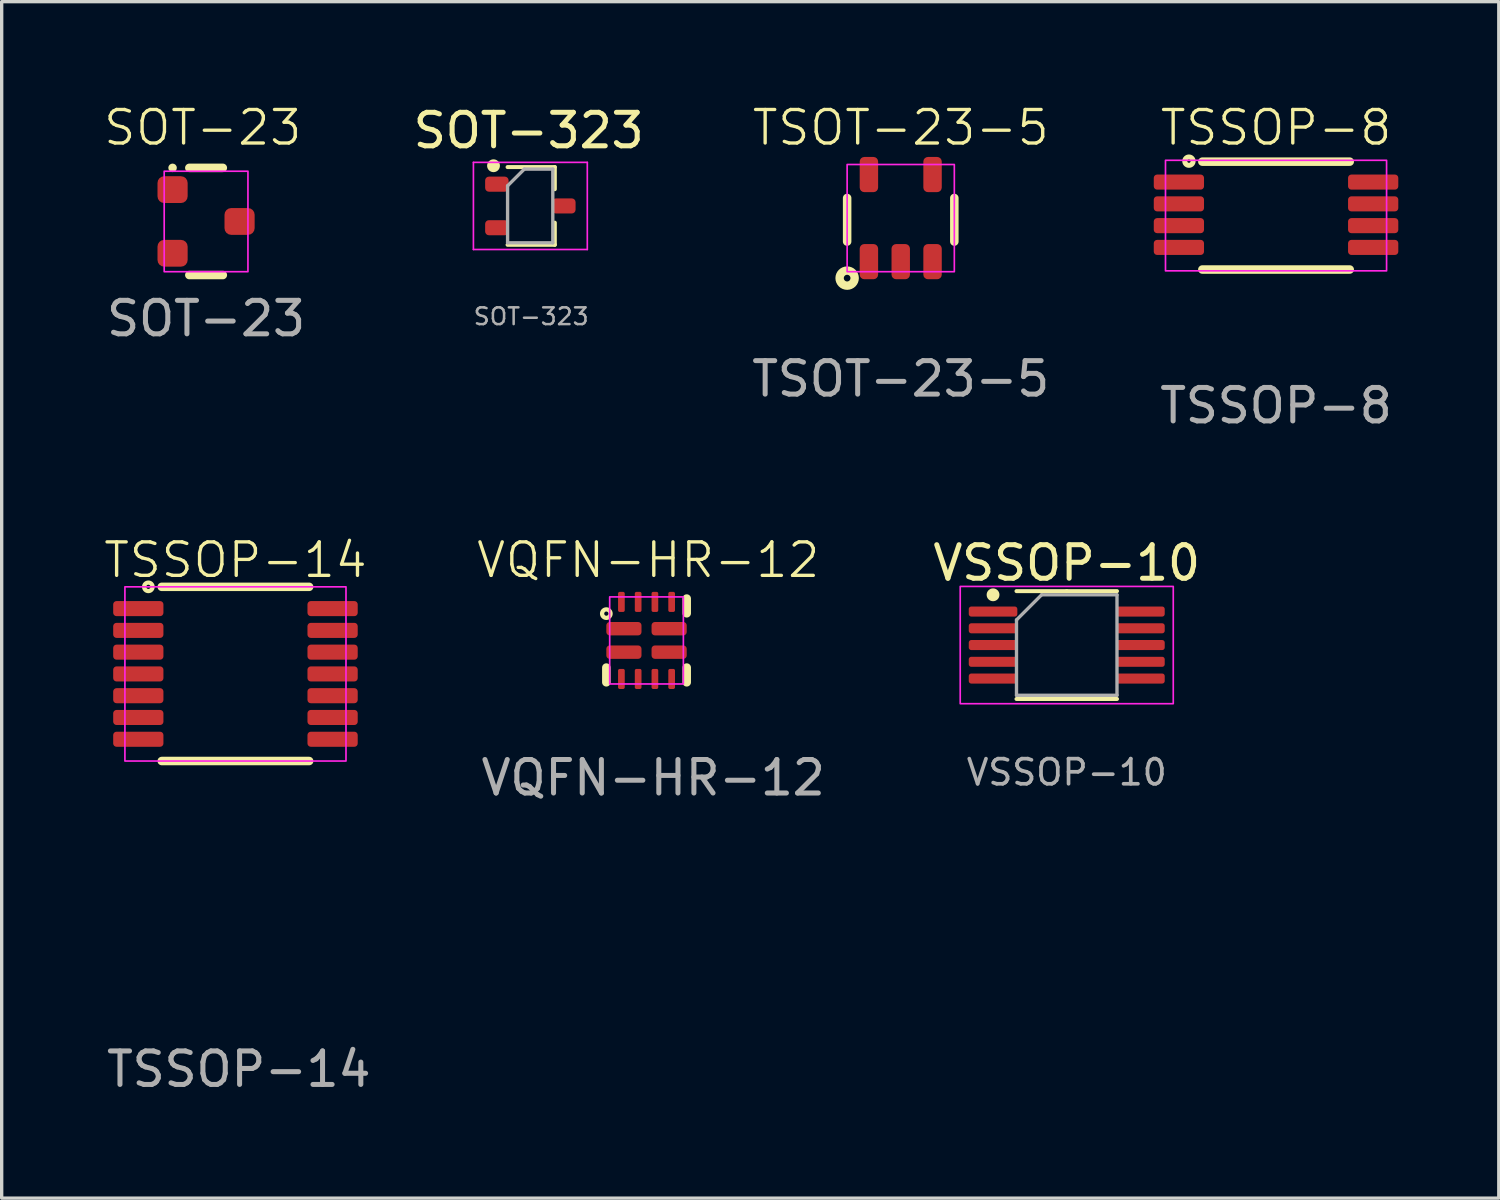
<source format=kicad_pcb>
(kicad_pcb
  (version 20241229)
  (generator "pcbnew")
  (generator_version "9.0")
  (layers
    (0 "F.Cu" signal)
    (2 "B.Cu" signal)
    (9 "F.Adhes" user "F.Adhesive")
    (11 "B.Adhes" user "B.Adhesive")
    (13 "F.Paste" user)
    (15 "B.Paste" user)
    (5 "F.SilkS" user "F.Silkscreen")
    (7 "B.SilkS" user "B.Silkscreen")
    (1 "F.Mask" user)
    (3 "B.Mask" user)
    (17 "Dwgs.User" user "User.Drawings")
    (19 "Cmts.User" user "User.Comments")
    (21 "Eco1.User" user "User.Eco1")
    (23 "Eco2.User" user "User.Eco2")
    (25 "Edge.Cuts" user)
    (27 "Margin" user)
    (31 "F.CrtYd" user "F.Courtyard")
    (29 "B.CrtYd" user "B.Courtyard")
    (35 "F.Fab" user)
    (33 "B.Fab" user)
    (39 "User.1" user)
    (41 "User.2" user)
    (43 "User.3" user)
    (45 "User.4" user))
  (footprint "SOT-323"
    (layer "F.Cu")
    (at 12.783 3.098)
    (property "Reference" "SOT-323" (at -0.05 -2.25 0) (layer "F.SilkS") (effects (font (size 1 1) (thickness 0.15))))
    (attr smd)
    (fp_line (start -0.68 -1.16) (end 0.73 -1.16) (stroke (width 0.12) (type solid)) (layer "F.SilkS"))
    (fp_line (start -0.68 1.16) (end 0.73 1.16) (stroke (width 0.12) (type solid)) (layer "F.SilkS"))
    (fp_line (start 0.73 -1.16) (end 0.73 -0.5) (stroke (width 0.12) (type solid)) (layer "F.SilkS"))
    (fp_line (start 0.73 0.5) (end 0.73 1.16) (stroke (width 0.12) (type solid)) (layer "F.SilkS"))
    (fp_circle (center -1.1 -1.2) (end -1 -1.3) (stroke (width 0.1) (type solid)) (fill yes) (layer "F.SilkS"))
    (fp_line (start -1.7 -1.3) (end 1.7 -1.3) (stroke (width 0.05) (type solid)) (layer "F.CrtYd"))
    (fp_line (start -1.7 1.3) (end -1.7 -1.3) (stroke (width 0.05) (type solid)) (layer "F.CrtYd"))
    (fp_line (start 1.7 -1.3) (end 1.7 1.3) (stroke (width 0.05) (type solid)) (layer "F.CrtYd"))
    (fp_line (start 1.7 1.3) (end -1.7 1.3) (stroke (width 0.05) (type solid)) (layer "F.CrtYd"))
    (fp_line (start -0.68 -0.6) (end -0.68 1.1) (stroke (width 0.1) (type solid)) (layer "F.Fab"))
    (fp_line (start -0.18 -1.1) (end -0.68 -0.6) (stroke (width 0.1) (type solid)) (layer "F.Fab"))
    (fp_line (start 0.67 -1.1) (end -0.18 -1.1) (stroke (width 0.1) (type solid)) (layer "F.Fab"))
    (fp_line (start 0.67 -1.1) (end 0.67 1.1) (stroke (width 0.1) (type solid)) (layer "F.Fab"))
    (fp_line (start 0.67 1.1) (end -0.68 1.1) (stroke (width 0.1) (type solid)) (layer "F.Fab"))
    (fp_text user "${REFERENCE}" (at 0.025 3.3 180) (layer "F.Fab") (effects (font (size 0.5 0.5) (thickness 0.075))))
    (pad "1" smd roundrect (at -1 -0.65 270) (size 0.45 0.7) (layers "F.Cu" "F.Mask" "F.Paste") (roundrect_rratio 0.25))
    (pad "2" smd roundrect (at -1 0.65 270) (size 0.45 0.7) (layers "F.Cu" "F.Mask" "F.Paste") (roundrect_rratio 0.25))
    (pad "3" smd roundrect (at 1 0 270) (size 0.45 0.7) (layers "F.Cu" "F.Mask" "F.Paste") (roundrect_rratio 0.25)))
  (footprint "VQFN-HR-12"
    (layer "F.Cu")
    (at 16.251 16.069)
    (property "Reference" "VQFN-HR-12" (at 0.05 -2.4 0) (unlocked yes) (layer "F.SilkS") (effects (font (size 1 1) (thickness 0.1))))
    (attr smd)
    (fp_line (start -1.2 1.25) (end -1.2 0.81) (stroke (width 0.254) (type solid)) (layer "F.SilkS"))
    (fp_line (start 1.2 -1.25) (end 1.2 -0.81) (stroke (width 0.254) (type solid)) (layer "F.SilkS"))
    (fp_line (start 1.2 1.25) (end 1.2 0.81) (stroke (width 0.254) (type solid)) (layer "F.SilkS"))
    (fp_circle (center -1.2 -0.8) (end -1.137 -0.8) (stroke (width 0.127) (type solid)) (fill no) (layer "F.SilkS"))
    (fp_rect (start -1.1 -1.3) (end 1.1 1.3) (stroke (width 0.05) (type solid)) (fill no) (layer "F.CrtYd"))
    (fp_text user "${REFERENCE}" (at 0.2 4.1 0) (unlocked yes) (layer "F.Fab") (effects (font (size 1 1) (thickness 0.15))))
    (pad "1" smd roundrect (at -0.675 -0.35) (size 1.05 0.4) (layers "F.Cu" "F.Mask" "F.Paste") (roundrect_rratio 0.25))
    (pad "2" smd roundrect (at -0.675 0.35) (size 1.05 0.4) (layers "F.Cu" "F.Mask" "F.Paste") (roundrect_rratio 0.25))
    (pad "3" smd roundrect (at -0.75 1.15) (size 0.2 0.6) (layers "F.Cu" "F.Mask" "F.Paste") (roundrect_rratio 0.25))
    (pad "4" smd roundrect (at -0.25 1.15) (size 0.2 0.6) (layers "F.Cu" "F.Mask" "F.Paste") (roundrect_rratio 0.25))
    (pad "5" smd roundrect (at 0.25 1.15) (size 0.2 0.6) (layers "F.Cu" "F.Mask" "F.Paste") (roundrect_rratio 0.25))
    (pad "6" smd roundrect (at 0.75 1.15) (size 0.2 0.6) (layers "F.Cu" "F.Mask" "F.Paste") (roundrect_rratio 0.25))
    (pad "7" smd roundrect (at 0.675 0.35) (size 1.05 0.4) (layers "F.Cu" "F.Mask" "F.Paste") (roundrect_rratio 0.25))
    (pad "8" smd roundrect (at 0.675 -0.35) (size 1.05 0.4) (layers "F.Cu" "F.Mask" "F.Paste") (roundrect_rratio 0.25))
    (pad "9" smd roundrect (at 0.75 -1.15) (size 0.2 0.6) (layers "F.Cu" "F.Mask" "F.Paste") (roundrect_rratio 0.25))
    (pad "10" smd roundrect (at 0.25 -1.15) (size 0.2 0.6) (layers "F.Cu" "F.Mask" "F.Paste") (roundrect_rratio 0.25))
    (pad "11" smd roundrect (at -0.25 -1.15) (size 0.2 0.6) (layers "F.Cu" "F.Mask" "F.Paste") (roundrect_rratio 0.25))
    (pad "12" smd roundrect (at -0.75 -1.15) (size 0.2 0.6) (layers "F.Cu" "F.Mask" "F.Paste") (roundrect_rratio 0.25)))
  (footprint "VSSOP-10"
    (layer "F.Cu")
    (at 28.796 16.207)
    (property "Reference" "VSSOP-10" (at 0 -2.45 0) (layer "F.SilkS") (effects (font (size 1 1) (thickness 0.15))))
    (attr smd)
    (fp_line (start 0 -1.61) (end -1.5 -1.61) (stroke (width 0.12) (type solid)) (layer "F.SilkS"))
    (fp_line (start 0 -1.61) (end 1.5 -1.61) (stroke (width 0.12) (type solid)) (layer "F.SilkS"))
    (fp_line (start 0 1.61) (end -1.5 1.61) (stroke (width 0.12) (type solid)) (layer "F.SilkS"))
    (fp_line (start 0 1.61) (end 1.5 1.61) (stroke (width 0.12) (type solid)) (layer "F.SilkS"))
    (fp_circle (center -2.2 -1.5) (end -2.1 -1.6) (stroke (width 0.1) (type solid)) (fill yes) (layer "F.SilkS"))
    (fp_rect (start -3.18 -1.75) (end 3.18 1.75) (stroke (width 0.05) (type solid)) (fill no) (layer "F.CrtYd"))
    (fp_line (start -1.5 -0.75) (end -0.75 -1.5) (stroke (width 0.1) (type solid)) (layer "F.Fab"))
    (fp_line (start -1.5 1.5) (end -1.5 -0.75) (stroke (width 0.1) (type solid)) (layer "F.Fab"))
    (fp_line (start -0.75 -1.5) (end 1.5 -1.5) (stroke (width 0.1) (type solid)) (layer "F.Fab"))
    (fp_line (start 1.5 -1.5) (end 1.5 1.5) (stroke (width 0.1) (type solid)) (layer "F.Fab"))
    (fp_line (start 1.5 1.5) (end -1.5 1.5) (stroke (width 0.1) (type solid)) (layer "F.Fab"))
    (fp_text user "${REFERENCE}" (at 0 3.8 0) (layer "F.Fab") (effects (font (size 0.75 0.75) (thickness 0.11))))
    (pad "1" smd roundrect (at -2.2 -1) (size 1.45 0.3) (layers "F.Cu" "F.Mask" "F.Paste") (roundrect_rratio 0.25))
    (pad "2" smd roundrect (at -2.2 -0.5) (size 1.45 0.3) (layers "F.Cu" "F.Mask" "F.Paste") (roundrect_rratio 0.25))
    (pad "3" smd roundrect (at -2.2 0) (size 1.45 0.3) (layers "F.Cu" "F.Mask" "F.Paste") (roundrect_rratio 0.25))
    (pad "4" smd roundrect (at -2.2 0.5) (size 1.45 0.3) (layers "F.Cu" "F.Mask" "F.Paste") (roundrect_rratio 0.25))
    (pad "5" smd roundrect (at -2.2 1) (size 1.45 0.3) (layers "F.Cu" "F.Mask" "F.Paste") (roundrect_rratio 0.25))
    (pad "6" smd roundrect (at 2.2 1) (size 1.45 0.3) (layers "F.Cu" "F.Mask" "F.Paste") (roundrect_rratio 0.25))
    (pad "7" smd roundrect (at 2.2 0.5) (size 1.45 0.3) (layers "F.Cu" "F.Mask" "F.Paste") (roundrect_rratio 0.25))
    (pad "8" smd roundrect (at 2.2 0) (size 1.45 0.3) (layers "F.Cu" "F.Mask" "F.Paste") (roundrect_rratio 0.25))
    (pad "9" smd roundrect (at 2.2 -0.5) (size 1.45 0.3) (layers "F.Cu" "F.Mask" "F.Paste") (roundrect_rratio 0.25))
    (pad "10" smd roundrect (at 2.2 -1) (size 1.45 0.3) (layers "F.Cu" "F.Mask" "F.Paste") (roundrect_rratio 0.25)))
  (footprint "TSOT-23-5"
    (layer "F.Cu")
    (at 23.84 3.461)
    (property "Reference" "TSOT-23-5" (at 0 -2.7 0) (unlocked yes) (layer "F.SilkS") (effects (font (size 1 1) (thickness 0.1))))
    (attr smd)
    (fp_line (start -1.6 -0.6) (end -1.6 0.7) (stroke (width 0.254) (type solid)) (layer "F.SilkS"))
    (fp_line (start 1.6 -0.6) (end 1.6 0.7) (stroke (width 0.254) (type solid)) (layer "F.SilkS"))
    (fp_circle (center -1.6 1.792) (end -1.5 1.792) (stroke (width 0.25) (type solid)) (fill no) (layer "F.SilkS"))
    (fp_rect (start -1.6 -1.6) (end 1.6 1.6) (stroke (width 0.05) (type default)) (fill no) (layer "F.CrtYd"))
    (fp_text user "${REFERENCE}" (at 0 4.8 0) (unlocked yes) (layer "F.Fab") (effects (font (size 1 1) (thickness 0.15))))
    (pad "1" smd roundrect (at -0.95 1.3 90) (size 1.05 0.55) (layers "F.Cu" "F.Mask" "F.Paste") (roundrect_rratio 0.25))
    (pad "2" smd roundrect (at 0 1.3 90) (size 1.05 0.55) (layers "F.Cu" "F.Mask" "F.Paste") (roundrect_rratio 0.25))
    (pad "3" smd roundrect (at 0.95 1.3 90) (size 1.05 0.55) (layers "F.Cu" "F.Mask" "F.Paste") (roundrect_rratio 0.25))
    (pad "4" smd roundrect (at 0.95 -1.3 90) (size 1.05 0.55) (layers "F.Cu" "F.Mask" "F.Paste") (roundrect_rratio 0.25))
    (pad "5" smd roundrect (at -0.95 -1.3 90) (size 1.05 0.55) (layers "F.Cu" "F.Mask" "F.Paste") (roundrect_rratio 0.25)))
  (footprint "SOT-23"
    (layer "F.Cu")
    (at 3.102 3.561)
    (property "Reference" "SOT-23" (at -0.1 -2.8 0) (unlocked yes) (layer "F.SilkS") (effects (font (size 1 1) (thickness 0.1))))
    (attr smd)
    (fp_line (start 0.5 -1.6) (end -0.5 -1.6) (stroke (width 0.254) (type solid)) (layer "F.SilkS"))
    (fp_line (start 0.5 1.6) (end -0.5 1.6) (stroke (width 0.254) (type solid)) (layer "F.SilkS"))
    (fp_circle (center -1 -1.6) (end -0.936 -1.6) (stroke (width 0.127) (type solid)) (fill no) (layer "F.SilkS"))
    (fp_rect (start -1.25 -1.5) (end 1.25 1.5) (stroke (width 0.05) (type solid)) (fill no) (layer "F.CrtYd"))
    (fp_text user "${REFERENCE}" (at 0 2.9 0) (unlocked yes) (layer "F.Fab") (effects (font (size 1 1) (thickness 0.15))))
    (pad "1" smd roundrect (at -1 -0.95) (size 0.9 0.8) (layers "F.Cu" "F.Mask" "F.Paste") (roundrect_rratio 0.25))
    (pad "2" smd roundrect (at -1 0.95) (size 0.9 0.8) (layers "F.Cu" "F.Mask" "F.Paste") (roundrect_rratio 0.25))
    (pad "3" smd roundrect (at 1 0) (size 0.9 0.8) (layers "F.Cu" "F.Mask" "F.Paste") (roundrect_rratio 0.25)))
  (footprint "TSSOP-8"
    (layer "F.Cu")
    (at 35.044 3.361)
    (property "Reference" "TSSOP-8" (at 0 -2.6 0) (unlocked yes) (layer "F.SilkS") (effects (font (size 1 1) (thickness 0.1))))
    (attr smd)
    (fp_line (start 2.2 -1.585) (end -2.2 -1.585) (stroke (width 0.254) (type solid)) (layer "F.SilkS"))
    (fp_line (start 2.2 1.635) (end -2.2 1.635) (stroke (width 0.254) (type solid)) (layer "F.SilkS"))
    (fp_circle (center -2.6 -1.6) (end -2.635 -1.565) (stroke (width 0.15) (type solid)) (fill no) (layer "F.SilkS"))
    (fp_rect (start -3.3 -1.625) (end 3.3 1.675) (stroke (width 0.05) (type solid)) (fill no) (layer "F.CrtYd"))
    (fp_text user "${REFERENCE}" (at 0 5.7 0) (unlocked yes) (layer "F.Fab") (effects (font (size 1 1) (thickness 0.15))))
    (pad "1" smd roundrect (at -2.9 -0.975) (size 1.5 0.45) (layers "F.Cu" "F.Mask" "F.Paste") (roundrect_rratio 0.222))
    (pad "2" smd roundrect (at -2.9 -0.325) (size 1.5 0.45) (layers "F.Cu" "F.Mask" "F.Paste") (roundrect_rratio 0.222))
    (pad "3" smd roundrect (at -2.9 0.325) (size 1.5 0.45) (layers "F.Cu" "F.Mask" "F.Paste") (roundrect_rratio 0.222))
    (pad "4" smd roundrect (at -2.9 0.975) (size 1.5 0.45) (layers "F.Cu" "F.Mask" "F.Paste") (roundrect_rratio 0.222))
    (pad "5" smd roundrect (at 2.9 0.975) (size 1.5 0.45) (layers "F.Cu" "F.Mask" "F.Paste") (roundrect_rratio 0.222))
    (pad "6" smd roundrect (at 2.9 0.325) (size 1.5 0.45) (layers "F.Cu" "F.Mask" "F.Paste") (roundrect_rratio 0.222))
    (pad "7" smd roundrect (at 2.9 -0.325) (size 1.5 0.45) (layers "F.Cu" "F.Mask" "F.Paste") (roundrect_rratio 0.222))
    (pad "8" smd roundrect (at 2.9 -0.975) (size 1.5 0.45) (layers "F.Cu" "F.Mask" "F.Paste") (roundrect_rratio 0.222)))
  (footprint "TSSOP-14"
    (layer "F.Cu")
    (at 3.979 17.069)
    (property "Reference" "TSSOP-14" (at 0 -3.4 0) (unlocked yes) (layer "F.SilkS") (effects (font (size 1 1) (thickness 0.1))))
    (attr smd)
    (fp_line (start 2.2 -2.6) (end -2.2 -2.6) (stroke (width 0.254) (type solid)) (layer "F.SilkS"))
    (fp_line (start 2.2 2.6) (end -2.2 2.6) (stroke (width 0.254) (type solid)) (layer "F.SilkS"))
    (fp_circle (center -2.6 -2.6) (end -2.537 -2.6) (stroke (width 0.127) (type solid)) (fill no) (layer "F.SilkS"))
    (fp_rect (start -3.3 -2.6) (end 3.3 2.6) (stroke (width 0.05) (type solid)) (fill no) (layer "F.CrtYd"))
    (fp_text user "${REFERENCE}" (at 0.1 11.8 0) (unlocked yes) (layer "F.Fab") (effects (font (size 1 1) (thickness 0.15))))
    (pad "1" smd roundrect (at -2.9 -1.95) (size 1.5 0.45) (layers "F.Cu" "F.Mask" "F.Paste") (roundrect_rratio 0.222))
    (pad "2" smd roundrect (at -2.9 -1.3) (size 1.5 0.45) (layers "F.Cu" "F.Mask" "F.Paste") (roundrect_rratio 0.222))
    (pad "3" smd roundrect (at -2.9 -0.65) (size 1.5 0.45) (layers "F.Cu" "F.Mask" "F.Paste") (roundrect_rratio 0.222))
    (pad "4" smd roundrect (at -2.9 0) (size 1.5 0.45) (layers "F.Cu" "F.Mask" "F.Paste") (roundrect_rratio 0.222))
    (pad "5" smd roundrect (at -2.9 0.65) (size 1.5 0.45) (layers "F.Cu" "F.Mask" "F.Paste") (roundrect_rratio 0.222))
    (pad "6" smd roundrect (at -2.9 1.3) (size 1.5 0.45) (layers "F.Cu" "F.Mask" "F.Paste") (roundrect_rratio 0.222))
    (pad "7" smd roundrect (at -2.9 1.95) (size 1.5 0.45) (layers "F.Cu" "F.Mask" "F.Paste") (roundrect_rratio 0.222))
    (pad "8" smd roundrect (at 2.9 1.95) (size 1.5 0.45) (layers "F.Cu" "F.Mask" "F.Paste") (roundrect_rratio 0.222))
    (pad "9" smd roundrect (at 2.9 1.3) (size 1.5 0.45) (layers "F.Cu" "F.Mask" "F.Paste") (roundrect_rratio 0.222))
    (pad "10" smd roundrect (at 2.9 0.65) (size 1.5 0.45) (layers "F.Cu" "F.Mask" "F.Paste") (roundrect_rratio 0.222))
    (pad "11" smd roundrect (at 2.9 0) (size 1.5 0.45) (layers "F.Cu" "F.Mask" "F.Paste") (roundrect_rratio 0.222))
    (pad "12" smd roundrect (at 2.9 -0.65) (size 1.5 0.45) (layers "F.Cu" "F.Mask" "F.Paste") (roundrect_rratio 0.222))
    (pad "13" smd roundrect (at 2.9 -1.3) (size 1.5 0.45) (layers "F.Cu" "F.Mask" "F.Paste") (roundrect_rratio 0.222))
    (pad "14" smd roundrect (at 2.9 -1.95) (size 1.5 0.45) (layers "F.Cu" "F.Mask" "F.Paste") (roundrect_rratio 0.222)))
  (gr_rect
    (start -3 -3)
    (end 41.694 32.718)
    (stroke (width 0.1) (type default))
    (fill no)
    (layer "Edge.Cuts")))
</source>
